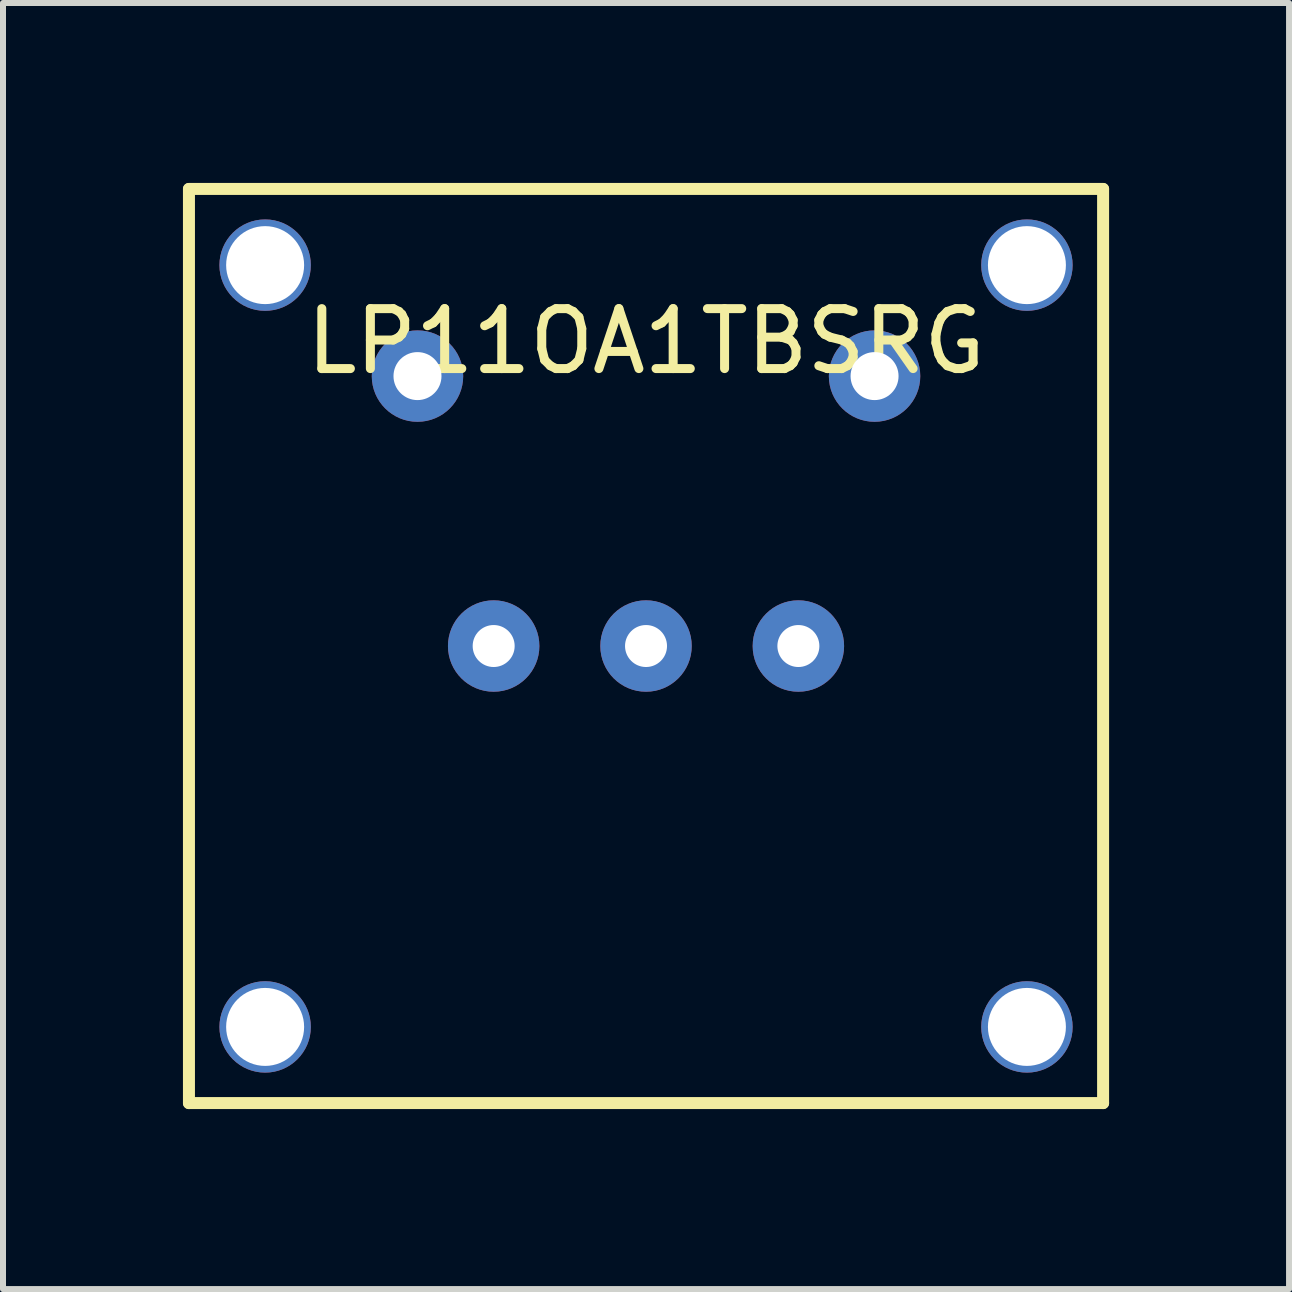
<source format=kicad_pcb>
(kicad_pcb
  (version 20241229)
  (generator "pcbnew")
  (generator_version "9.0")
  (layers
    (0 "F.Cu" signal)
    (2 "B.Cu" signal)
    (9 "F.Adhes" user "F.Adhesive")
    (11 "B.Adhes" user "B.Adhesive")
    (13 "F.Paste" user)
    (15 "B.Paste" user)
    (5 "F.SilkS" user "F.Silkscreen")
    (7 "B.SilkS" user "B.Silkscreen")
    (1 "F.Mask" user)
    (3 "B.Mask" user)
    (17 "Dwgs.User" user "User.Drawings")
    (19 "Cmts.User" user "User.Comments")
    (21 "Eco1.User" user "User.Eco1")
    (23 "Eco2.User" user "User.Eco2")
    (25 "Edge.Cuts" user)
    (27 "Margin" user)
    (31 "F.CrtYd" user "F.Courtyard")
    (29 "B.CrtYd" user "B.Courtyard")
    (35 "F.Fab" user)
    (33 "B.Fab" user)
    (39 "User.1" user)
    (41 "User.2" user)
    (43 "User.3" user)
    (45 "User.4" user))
  (footprint "LP11OA1TBSRG"
    (layer "F.Cu")
    (at 7.72 7.72)
    (property "Reference" "LP11OA1TBSRG" (at 0 -5.08 0) (layer "F.SilkS") (effects (font (size 1 1) (thickness 0.15))))
    (attr through_hole)
    (fp_line (start -7.62 -7.62) (end 7.62 -7.62) (stroke (width 0.2) (type solid)) (layer "F.SilkS"))
    (fp_line (start -7.62 7.62) (end -7.62 -7.62) (stroke (width 0.2) (type solid)) (layer "F.SilkS"))
    (fp_line (start 7.62 -7.62) (end 7.62 7.62) (stroke (width 0.2) (type solid)) (layer "F.SilkS"))
    (fp_line (start 7.62 7.62) (end -7.62 7.62) (stroke (width 0.2) (type solid)) (layer "F.SilkS"))
    (pad "" np_thru_hole circle (at -6.35 -6.35) (size 1.524 1.524) (drill 1.3) (layers "*.Cu"))
    (pad "" np_thru_hole circle (at -6.35 6.35) (size 1.524 1.524) (drill 1.3) (layers "*.Cu"))
    (pad "" np_thru_hole circle (at 6.35 -6.35) (size 1.524 1.524) (drill 1.3) (layers "*.Cu"))
    (pad "" np_thru_hole circle (at 6.35 6.35) (size 1.524 1.524) (drill 1.3) (layers "*.Cu"))
    (pad "1" thru_hole circle (at -3.81 -4.5) (size 1.524 1.524) (drill 0.8) (layers "*.Mask" "B.Cu"))
    (pad "2" thru_hole circle (at 3.81 -4.5) (size 1.524 1.524) (drill 0.8) (layers "*.Mask" "B.Cu"))
    (pad "3" thru_hole circle (at 2.54 0) (size 1.524 1.524) (drill 0.7) (layers "*.Mask" "B.Cu"))
    (pad "4" thru_hole circle (at 0 0) (size 1.524 1.524) (drill 0.7) (layers "*.Mask" "B.Cu"))
    (pad "5" thru_hole circle (at -2.54 0) (size 1.524 1.524) (drill 0.7) (layers "*.Mask" "B.Cu")))
  (gr_rect
    (start -3 -3)
    (end 18.44 18.44)
    (stroke (width 0.1) (type default))
    (fill no)
    (layer "Edge.Cuts")))
</source>
